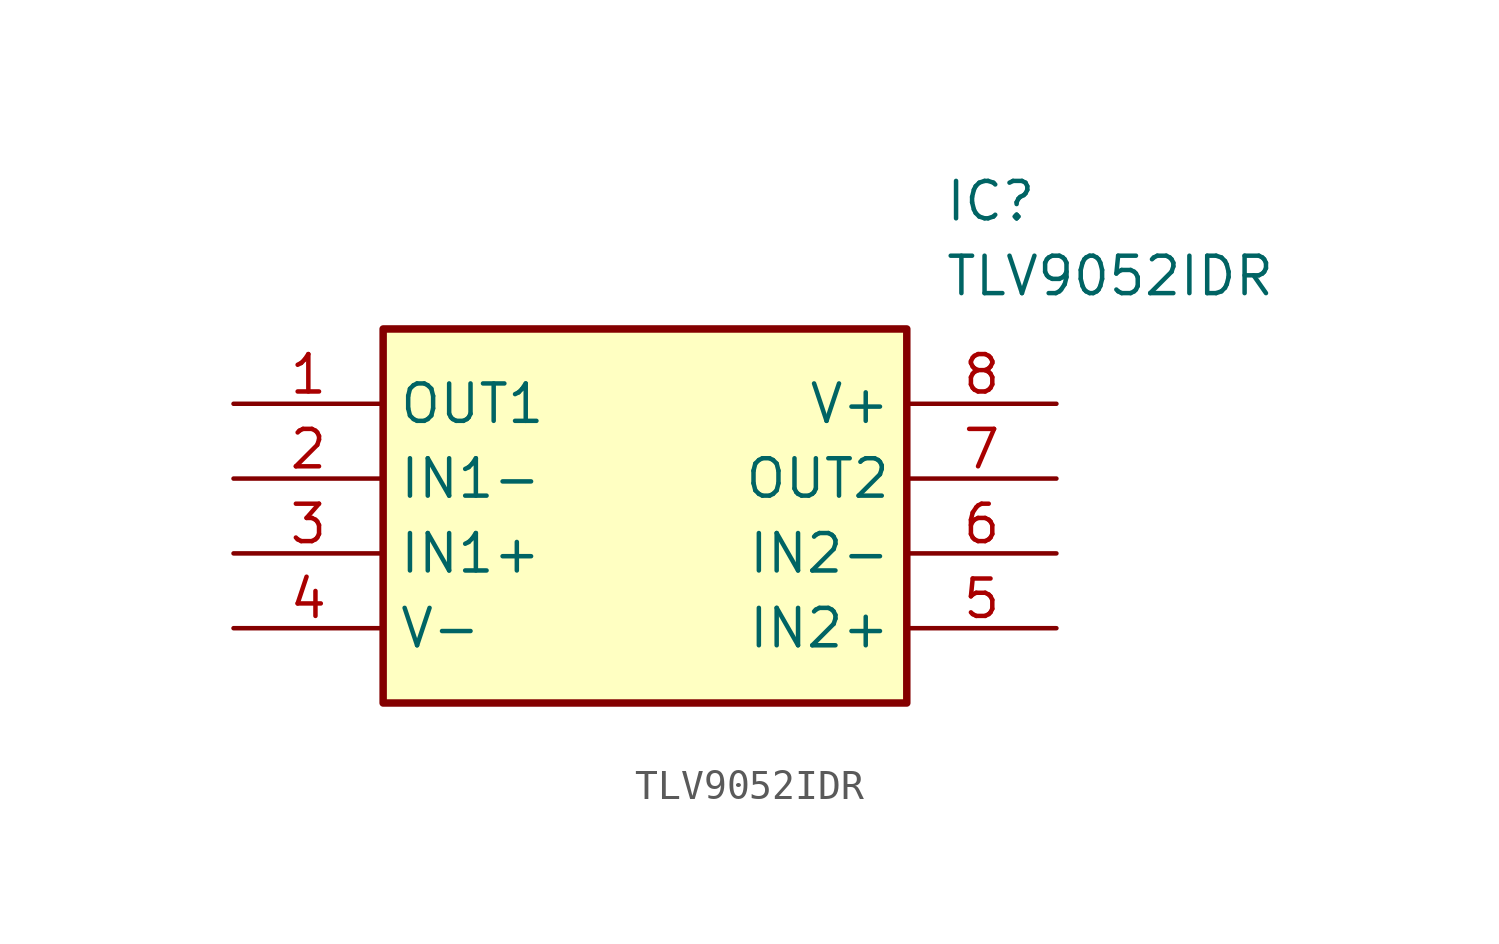
<source format=kicad_sym>
(kicad_symbol_lib
  (version 20211014)
  (generator SamacSys_ECAD_Model)
  (symbol "TLV9052IDR"
    (property "Reference" "IC"
      (at 24.13 7.62 0)
      (effects (font (size 1.27 1.27)) (justify left top)))
    (property "Value" "TLV9052IDR"
      (at 24.13 5.08 0)
      (effects (font (size 1.27 1.27)) (justify left top)))
    (rectangle
      (start 5.08 2.54)
      (end 22.86 -10.16)
      (stroke (width 0.254) (type default))
      (fill (type background)))
    (pin passive line
      (at 0 0 0)
      (length 5.08)
      (name "OUT1" (effects (font (size 1.27 1.27))))
      (number "1" (effects (font (size 1.27 1.27)))))
    (pin passive line
      (at 0 -2.54 0)
      (length 5.08)
      (name "IN1-" (effects (font (size 1.27 1.27))))
      (number "2" (effects (font (size 1.27 1.27)))))
    (pin passive line
      (at 0 -5.08 0)
      (length 5.08)
      (name "IN1+" (effects (font (size 1.27 1.27))))
      (number "3" (effects (font (size 1.27 1.27)))))
    (pin passive line
      (at 0 -7.62 0)
      (length 5.08)
      (name "V-" (effects (font (size 1.27 1.27))))
      (number "4" (effects (font (size 1.27 1.27)))))
    (pin passive line
      (at 27.94 0 180)
      (length 5.08)
      (name "V+" (effects (font (size 1.27 1.27))))
      (number "8" (effects (font (size 1.27 1.27)))))
    (pin passive line
      (at 27.94 -2.54 180)
      (length 5.08)
      (name "OUT2" (effects (font (size 1.27 1.27))))
      (number "7" (effects (font (size 1.27 1.27)))))
    (pin passive line
      (at 27.94 -5.08 180)
      (length 5.08)
      (name "IN2-" (effects (font (size 1.27 1.27))))
      (number "6" (effects (font (size 1.27 1.27)))))
    (pin passive line
      (at 27.94 -7.62 180)
      (length 5.08)
      (name "IN2+" (effects (font (size 1.27 1.27))))
      (number "5" (effects (font (size 1.27 1.27)))))))
</source>
